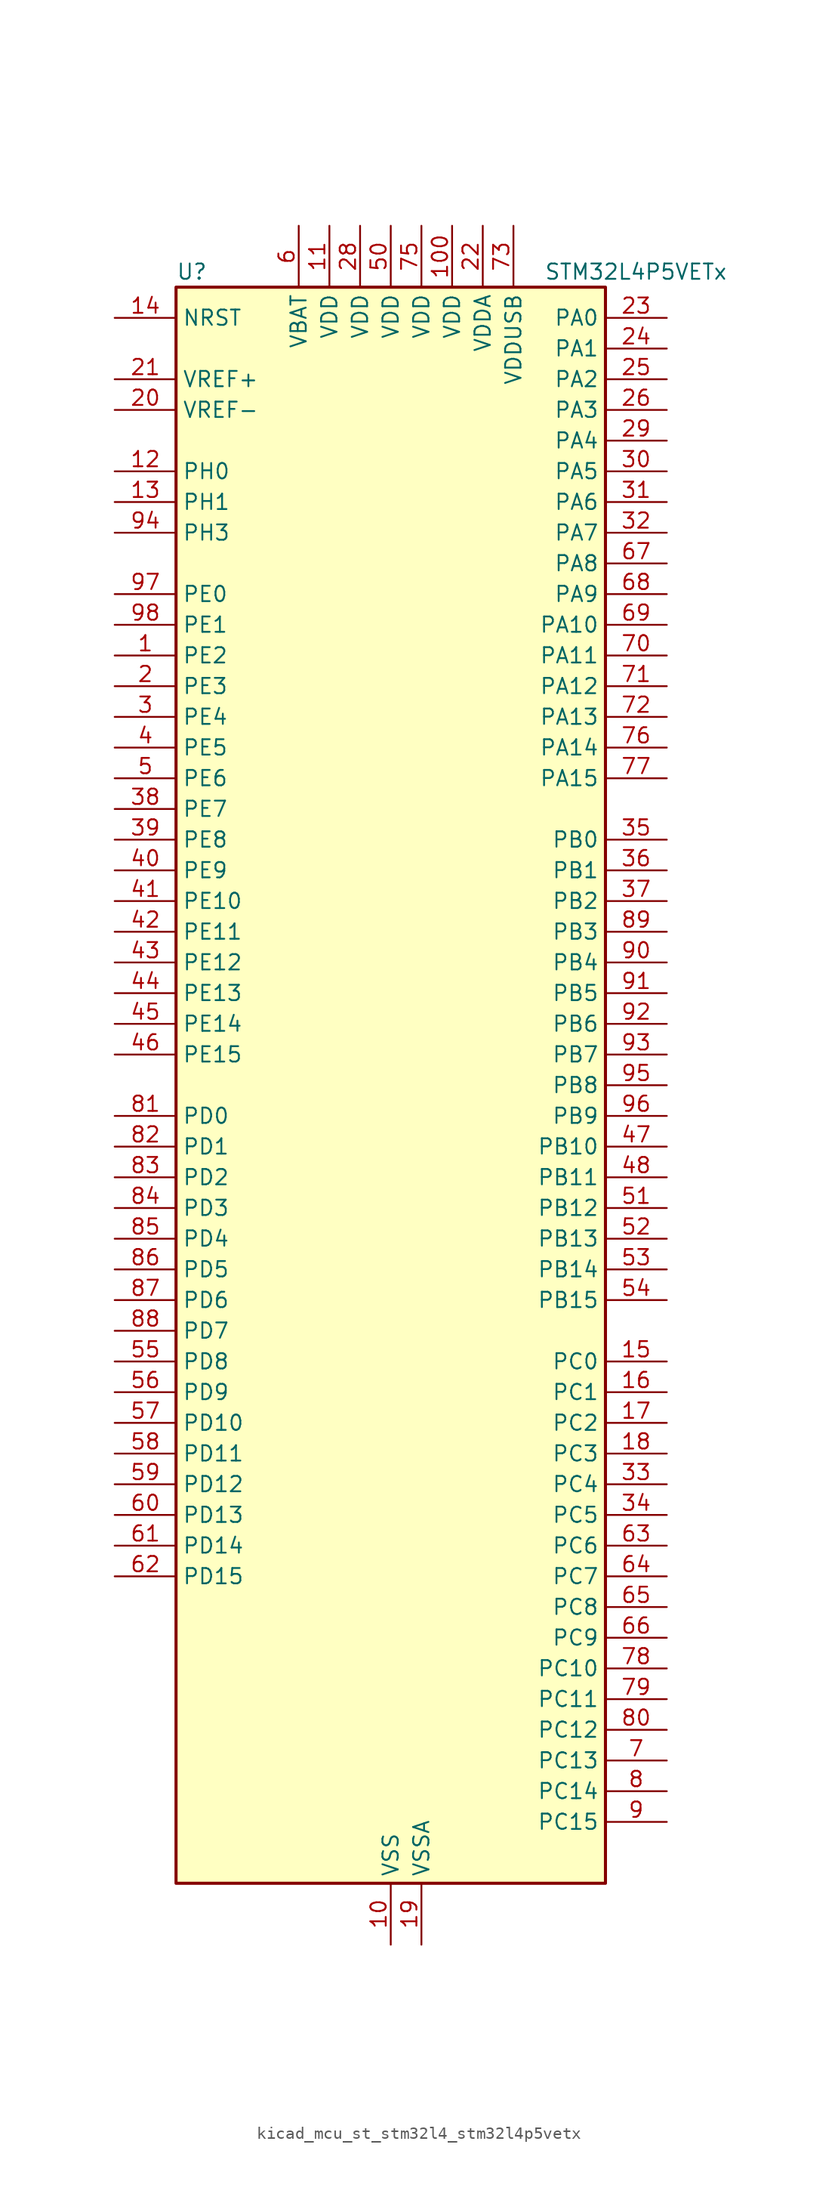
<source format=kicad_sym>
(kicad_symbol_lib
  (version 20220914)
  (generator kicad_symbol_editor)
  (symbol "kicad_mcu_st_stm32l4_stm32l4p5vetx"
    (property "Reference" "U"
      (at -17.78 67.31 0)
      (effects (font (size 1.27 1.27)) (justify left)))
    (property "Value" "STM32L4P5VETx"
      (at 12.7 67.31 0)
      (effects (font (size 1.27 1.27)) (justify left)))
    (property "ki_locked" ""
      (at 0 0 0)
      (effects (font (size 1.27 1.27))))
    (symbol "kicad_mcu_st_stm32l4_stm32l4p5vetx_0_1"
      (rectangle (start -17.78 -66.04) (end 17.78 66.04) (stroke (width 0.254) (type default)) (fill (type background))))
    (symbol "kicad_mcu_st_stm32l4_stm32l4p5vetx_1_1"
      (pin bidirectional line (at -22.86 35.56 0) (length 5.08) (name "PE2" (effects (font (size 1.27 1.27)))) (number "1" (effects (font (size 1.27 1.27)))) (alternate "FMC_A23" bidirectional line) (alternate "LTDC_R7" bidirectional line) (alternate "SAI1_CK1" bidirectional line) (alternate "SAI1_MCLK_A" bidirectional line) (alternate "SYS_TRACECLK" bidirectional line) (alternate "TIM3_ETR" bidirectional line) (alternate "TSC_G7_IO1" bidirectional line))
      (pin power_in line (at 0 -71.12 90) (length 5.08) (name "VSS" (effects (font (size 1.27 1.27)))) (number "10" (effects (font (size 1.27 1.27)))))
      (pin power_in line (at 5.08 71.12 270) (length 5.08) (name "VDD" (effects (font (size 1.27 1.27)))) (number "100" (effects (font (size 1.27 1.27)))))
      (pin power_in line (at -5.08 71.12 270) (length 5.08) (name "VDD" (effects (font (size 1.27 1.27)))) (number "11" (effects (font (size 1.27 1.27)))))
      (pin bidirectional line (at -22.86 50.8 0) (length 5.08) (name "PH0" (effects (font (size 1.27 1.27)))) (number "12" (effects (font (size 1.27 1.27)))) (alternate "RCC_OSC_IN" bidirectional line))
      (pin bidirectional line (at -22.86 48.26 0) (length 5.08) (name "PH1" (effects (font (size 1.27 1.27)))) (number "13" (effects (font (size 1.27 1.27)))) (alternate "RCC_OSC_OUT" bidirectional line))
      (pin input line (at -22.86 63.5 0) (length 5.08) (name "NRST" (effects (font (size 1.27 1.27)))) (number "14" (effects (font (size 1.27 1.27)))))
      (pin bidirectional line (at 22.86 -22.86 180) (length 5.08) (name "PC0" (effects (font (size 1.27 1.27)))) (number "15" (effects (font (size 1.27 1.27)))) (alternate "ADC1_IN1" bidirectional line) (alternate "ADC2_IN1" bidirectional line) (alternate "I2C3_SCL" bidirectional line) (alternate "LPTIM1_IN1" bidirectional line) (alternate "LPTIM2_IN1" bidirectional line) (alternate "LPUART1_RX" bidirectional line) (alternate "LTDC_DE" bidirectional line) (alternate "SAI2_FS_A" bidirectional line) (alternate "SDMMC1_CMD" bidirectional line) (alternate "SDMMC2_CKIN" bidirectional line))
      (pin bidirectional line (at 22.86 -25.4 180) (length 5.08) (name "PC1" (effects (font (size 1.27 1.27)))) (number "16" (effects (font (size 1.27 1.27)))) (alternate "ADC1_IN2" bidirectional line) (alternate "ADC2_IN2" bidirectional line) (alternate "I2C3_SDA" bidirectional line) (alternate "LPTIM1_OUT" bidirectional line) (alternate "LPUART1_TX" bidirectional line) (alternate "OCTOSPIM_P1_IO4" bidirectional line) (alternate "SAI1_SD_A" bidirectional line) (alternate "SPI2_MOSI" bidirectional line) (alternate "SYS_TRACED0" bidirectional line))
      (pin bidirectional line (at 22.86 -27.94 180) (length 5.08) (name "PC2" (effects (font (size 1.27 1.27)))) (number "17" (effects (font (size 1.27 1.27)))) (alternate "ADC1_IN3" bidirectional line) (alternate "ADC2_IN3" bidirectional line) (alternate "DFSDM1_CKOUT" bidirectional line) (alternate "LPTIM1_IN2" bidirectional line) (alternate "LTDC_HSYNC" bidirectional line) (alternate "OCTOSPIM_P1_IO5" bidirectional line) (alternate "SPI2_MISO" bidirectional line))
      (pin bidirectional line (at 22.86 -30.48 180) (length 5.08) (name "PC3" (effects (font (size 1.27 1.27)))) (number "18" (effects (font (size 1.27 1.27)))) (alternate "ADC1_IN4" bidirectional line) (alternate "ADC2_IN4" bidirectional line) (alternate "LPTIM1_ETR" bidirectional line) (alternate "LPTIM2_ETR" bidirectional line) (alternate "OCTOSPIM_P1_IO6" bidirectional line) (alternate "SAI1_D1" bidirectional line) (alternate "SAI1_SD_A" bidirectional line) (alternate "SPI2_MOSI" bidirectional line))
      (pin power_in line (at 2.54 -71.12 90) (length 5.08) (name "VSSA" (effects (font (size 1.27 1.27)))) (number "19" (effects (font (size 1.27 1.27)))))
      (pin bidirectional line (at -22.86 33.02 0) (length 5.08) (name "PE3" (effects (font (size 1.27 1.27)))) (number "2" (effects (font (size 1.27 1.27)))) (alternate "FMC_A19" bidirectional line) (alternate "LTDC_R6" bidirectional line) (alternate "OCTOSPIM_P1_DQS" bidirectional line) (alternate "SAI1_SD_B" bidirectional line) (alternate "SYS_TRACED0" bidirectional line) (alternate "TIM3_CH1" bidirectional line) (alternate "TSC_G7_IO2" bidirectional line))
      (pin input line (at -22.86 55.88 0) (length 5.08) (name "VREF-" (effects (font (size 1.27 1.27)))) (number "20" (effects (font (size 1.27 1.27)))))
      (pin input line (at -22.86 58.42 0) (length 5.08) (name "VREF+" (effects (font (size 1.27 1.27)))) (number "21" (effects (font (size 1.27 1.27)))) (alternate "VREFBUF_OUT" bidirectional line))
      (pin power_in line (at 7.62 71.12 270) (length 5.08) (name "VDDA" (effects (font (size 1.27 1.27)))) (number "22" (effects (font (size 1.27 1.27)))))
      (pin bidirectional line (at 22.86 63.5 180) (length 5.08) (name "PA0" (effects (font (size 1.27 1.27)))) (number "23" (effects (font (size 1.27 1.27)))) (alternate "ADC1_IN5" bidirectional line) (alternate "ADC2_IN5" bidirectional line) (alternate "OPAMP1_VINP" bidirectional line) (alternate "RTC_TAMP2" bidirectional line) (alternate "SAI1_EXTCLK" bidirectional line) (alternate "SYS_WKUP1" bidirectional line) (alternate "TIM2_CH1" bidirectional line) (alternate "TIM2_ETR" bidirectional line) (alternate "TIM5_CH1" bidirectional line) (alternate "TIM8_ETR" bidirectional line) (alternate "UART4_TX" bidirectional line) (alternate "USART2_CTS" bidirectional line) (alternate "USART2_NSS" bidirectional line))
      (pin bidirectional line (at 22.86 60.96 180) (length 5.08) (name "PA1" (effects (font (size 1.27 1.27)))) (number "24" (effects (font (size 1.27 1.27)))) (alternate "ADC1_IN6" bidirectional line) (alternate "ADC2_IN6" bidirectional line) (alternate "I2C1_SMBA" bidirectional line) (alternate "OCTOSPIM_P1_DQS" bidirectional line) (alternate "OPAMP1_VINM" bidirectional line) (alternate "SDMMC2_CMD" bidirectional line) (alternate "SPI1_SCK" bidirectional line) (alternate "TIM15_CH1N" bidirectional line) (alternate "TIM2_CH2" bidirectional line) (alternate "TIM5_CH2" bidirectional line) (alternate "UART4_RX" bidirectional line) (alternate "USART2_DE" bidirectional line) (alternate "USART2_RTS" bidirectional line))
      (pin bidirectional line (at 22.86 58.42 180) (length 5.08) (name "PA2" (effects (font (size 1.27 1.27)))) (number "25" (effects (font (size 1.27 1.27)))) (alternate "ADC1_IN7" bidirectional line) (alternate "ADC2_IN7" bidirectional line) (alternate "LPUART1_TX" bidirectional line) (alternate "OCTOSPIM_P1_NCS" bidirectional line) (alternate "RCC_LSCO" bidirectional line) (alternate "SAI2_EXTCLK" bidirectional line) (alternate "SYS_WKUP4" bidirectional line) (alternate "TIM15_CH1" bidirectional line) (alternate "TIM2_CH3" bidirectional line) (alternate "TIM5_CH3" bidirectional line) (alternate "USART2_TX" bidirectional line))
      (pin bidirectional line (at 22.86 55.88 180) (length 5.08) (name "PA3" (effects (font (size 1.27 1.27)))) (number "26" (effects (font (size 1.27 1.27)))) (alternate "ADC1_IN8" bidirectional line) (alternate "ADC2_IN8" bidirectional line) (alternate "LPUART1_RX" bidirectional line) (alternate "OCTOSPIM_P1_CLK" bidirectional line) (alternate "OPAMP1_VOUT" bidirectional line) (alternate "SAI1_CK1" bidirectional line) (alternate "SAI1_MCLK_A" bidirectional line) (alternate "TIM15_CH2" bidirectional line) (alternate "TIM2_CH4" bidirectional line) (alternate "TIM5_CH4" bidirectional line) (alternate "USART2_RX" bidirectional line))
      (pin passive line (at 0 -71.12 90) (length 5.08) hide (name "VSS" (effects (font (size 1.27 1.27)))) (number "27" (effects (font (size 1.27 1.27)))))
      (pin power_in line (at -2.54 71.12 270) (length 5.08) (name "VDD" (effects (font (size 1.27 1.27)))) (number "28" (effects (font (size 1.27 1.27)))))
      (pin bidirectional line (at 22.86 53.34 180) (length 5.08) (name "PA4" (effects (font (size 1.27 1.27)))) (number "29" (effects (font (size 1.27 1.27)))) (alternate "ADC1_IN9" bidirectional line) (alternate "ADC2_IN9" bidirectional line) (alternate "DAC1_OUT1" bidirectional line) (alternate "DCMI_HSYNC" bidirectional line) (alternate "LPTIM2_OUT" bidirectional line) (alternate "LTDC_CLK" bidirectional line) (alternate "OCTOSPIM_P1_NCS" bidirectional line) (alternate "PSSI_DE" bidirectional line) (alternate "SAI1_FS_B" bidirectional line) (alternate "SPI1_NSS" bidirectional line) (alternate "SPI3_NSS" bidirectional line) (alternate "USART2_CK" bidirectional line))
      (pin bidirectional line (at -22.86 30.48 0) (length 5.08) (name "PE4" (effects (font (size 1.27 1.27)))) (number "3" (effects (font (size 1.27 1.27)))) (alternate "DCMI_D4" bidirectional line) (alternate "DFSDM1_DATIN3" bidirectional line) (alternate "FMC_A20" bidirectional line) (alternate "LTDC_B7" bidirectional line) (alternate "PSSI_D4" bidirectional line) (alternate "SAI1_D2" bidirectional line) (alternate "SAI1_FS_A" bidirectional line) (alternate "SYS_TRACED1" bidirectional line) (alternate "TIM3_CH2" bidirectional line) (alternate "TSC_G7_IO3" bidirectional line))
      (pin bidirectional line (at 22.86 50.8 180) (length 5.08) (name "PA5" (effects (font (size 1.27 1.27)))) (number "30" (effects (font (size 1.27 1.27)))) (alternate "ADC1_IN10" bidirectional line) (alternate "ADC2_IN10" bidirectional line) (alternate "DAC1_OUT2" bidirectional line) (alternate "LPTIM2_ETR" bidirectional line) (alternate "LTDC_R7" bidirectional line) (alternate "PSSI_D14" bidirectional line) (alternate "SPI1_SCK" bidirectional line) (alternate "TIM2_CH1" bidirectional line) (alternate "TIM2_ETR" bidirectional line) (alternate "TIM8_CH1N" bidirectional line))
      (pin bidirectional line (at 22.86 48.26 180) (length 5.08) (name "PA6" (effects (font (size 1.27 1.27)))) (number "31" (effects (font (size 1.27 1.27)))) (alternate "ADC1_IN11" bidirectional line) (alternate "ADC2_IN11" bidirectional line) (alternate "DCMI_PIXCLK" bidirectional line) (alternate "LPUART1_CTS" bidirectional line) (alternate "OCTOSPIM_P1_IO3" bidirectional line) (alternate "OPAMP2_VINP" bidirectional line) (alternate "PSSI_PDCK" bidirectional line) (alternate "SPI1_MISO" bidirectional line) (alternate "TIM16_CH1" bidirectional line) (alternate "TIM1_BKIN" bidirectional line) (alternate "TIM3_CH1" bidirectional line) (alternate "TIM8_BKIN" bidirectional line) (alternate "USART3_CTS" bidirectional line) (alternate "USART3_NSS" bidirectional line))
      (pin bidirectional line (at 22.86 45.72 180) (length 5.08) (name "PA7" (effects (font (size 1.27 1.27)))) (number "32" (effects (font (size 1.27 1.27)))) (alternate "ADC1_IN12" bidirectional line) (alternate "ADC2_IN12" bidirectional line) (alternate "I2C3_SCL" bidirectional line) (alternate "OCTOSPIM_P1_IO2" bidirectional line) (alternate "OPAMP2_VINM" bidirectional line) (alternate "SPI1_MOSI" bidirectional line) (alternate "TIM17_CH1" bidirectional line) (alternate "TIM1_CH1N" bidirectional line) (alternate "TIM3_CH2" bidirectional line) (alternate "TIM8_CH1N" bidirectional line))
      (pin bidirectional line (at 22.86 -33.02 180) (length 5.08) (name "PC4" (effects (font (size 1.27 1.27)))) (number "33" (effects (font (size 1.27 1.27)))) (alternate "ADC1_IN13" bidirectional line) (alternate "ADC2_IN13" bidirectional line) (alternate "COMP1_INM" bidirectional line) (alternate "OCTOSPIM_P1_IO7" bidirectional line) (alternate "OCTOSPIM_P2_NCS" bidirectional line) (alternate "USART3_TX" bidirectional line))
      (pin bidirectional line (at 22.86 -35.56 180) (length 5.08) (name "PC5" (effects (font (size 1.27 1.27)))) (number "34" (effects (font (size 1.27 1.27)))) (alternate "ADC1_IN14" bidirectional line) (alternate "ADC2_IN14" bidirectional line) (alternate "COMP1_INP" bidirectional line) (alternate "LTDC_CLK" bidirectional line) (alternate "PSSI_D15" bidirectional line) (alternate "SAI1_D3" bidirectional line) (alternate "SYS_WKUP5" bidirectional line) (alternate "USART3_RX" bidirectional line))
      (pin bidirectional line (at 22.86 20.32 180) (length 5.08) (name "PB0" (effects (font (size 1.27 1.27)))) (number "35" (effects (font (size 1.27 1.27)))) (alternate "ADC1_IN15" bidirectional line) (alternate "ADC2_IN15" bidirectional line) (alternate "COMP1_OUT" bidirectional line) (alternate "LTDC_B6" bidirectional line) (alternate "OCTOSPIM_P1_IO1" bidirectional line) (alternate "OPAMP2_VOUT" bidirectional line) (alternate "SAI1_EXTCLK" bidirectional line) (alternate "SPI1_NSS" bidirectional line) (alternate "TIM1_CH2N" bidirectional line) (alternate "TIM3_CH3" bidirectional line) (alternate "TIM8_CH2N" bidirectional line) (alternate "USART3_CK" bidirectional line))
      (pin bidirectional line (at 22.86 17.78 180) (length 5.08) (name "PB1" (effects (font (size 1.27 1.27)))) (number "36" (effects (font (size 1.27 1.27)))) (alternate "ADC1_IN16" bidirectional line) (alternate "ADC2_IN16" bidirectional line) (alternate "COMP1_INM" bidirectional line) (alternate "DFSDM1_DATIN0" bidirectional line) (alternate "LPTIM2_IN1" bidirectional line) (alternate "LPUART1_DE" bidirectional line) (alternate "LPUART1_RTS" bidirectional line) (alternate "LTDC_G6" bidirectional line) (alternate "OCTOSPIM_P1_IO0" bidirectional line) (alternate "TIM1_CH3N" bidirectional line) (alternate "TIM3_CH4" bidirectional line) (alternate "TIM8_CH3N" bidirectional line) (alternate "USART3_DE" bidirectional line) (alternate "USART3_RTS" bidirectional line))
      (pin bidirectional line (at 22.86 15.24 180) (length 5.08) (name "PB2" (effects (font (size 1.27 1.27)))) (number "37" (effects (font (size 1.27 1.27)))) (alternate "COMP1_INP" bidirectional line) (alternate "DFSDM1_CKIN0" bidirectional line) (alternate "I2C3_SMBA" bidirectional line) (alternate "LPTIM1_OUT" bidirectional line) (alternate "OCTOSPIM_P1_DQS" bidirectional line) (alternate "RTC_OUT2" bidirectional line))
      (pin bidirectional line (at -22.86 22.86 0) (length 5.08) (name "PE7" (effects (font (size 1.27 1.27)))) (number "38" (effects (font (size 1.27 1.27)))) (alternate "DFSDM1_DATIN2" bidirectional line) (alternate "FMC_D4" bidirectional line) (alternate "FMC_DA4" bidirectional line) (alternate "LTDC_B6" bidirectional line) (alternate "SAI1_SD_B" bidirectional line) (alternate "TIM1_ETR" bidirectional line))
      (pin bidirectional line (at -22.86 20.32 0) (length 5.08) (name "PE8" (effects (font (size 1.27 1.27)))) (number "39" (effects (font (size 1.27 1.27)))) (alternate "DFSDM1_CKIN2" bidirectional line) (alternate "FMC_D5" bidirectional line) (alternate "FMC_DA5" bidirectional line) (alternate "LTDC_B7" bidirectional line) (alternate "SAI1_SCK_B" bidirectional line) (alternate "TIM1_CH1N" bidirectional line))
      (pin bidirectional line (at -22.86 27.94 0) (length 5.08) (name "PE5" (effects (font (size 1.27 1.27)))) (number "4" (effects (font (size 1.27 1.27)))) (alternate "DCMI_D6" bidirectional line) (alternate "DFSDM1_CKIN3" bidirectional line) (alternate "FMC_A21" bidirectional line) (alternate "LTDC_G7" bidirectional line) (alternate "PSSI_D6" bidirectional line) (alternate "SAI1_CK2" bidirectional line) (alternate "SAI1_SCK_A" bidirectional line) (alternate "SYS_TRACED2" bidirectional line) (alternate "TIM3_CH3" bidirectional line) (alternate "TSC_G7_IO4" bidirectional line))
      (pin bidirectional line (at -22.86 17.78 0) (length 5.08) (name "PE9" (effects (font (size 1.27 1.27)))) (number "40" (effects (font (size 1.27 1.27)))) (alternate "DAC1_EXTI9" bidirectional line) (alternate "DFSDM1_CKOUT" bidirectional line) (alternate "FMC_D6" bidirectional line) (alternate "FMC_DA6" bidirectional line) (alternate "LTDC_G2" bidirectional line) (alternate "OCTOSPIM_P1_NCLK" bidirectional line) (alternate "SAI1_FS_B" bidirectional line) (alternate "TIM1_CH1" bidirectional line))
      (pin bidirectional line (at -22.86 15.24 0) (length 5.08) (name "PE10" (effects (font (size 1.27 1.27)))) (number "41" (effects (font (size 1.27 1.27)))) (alternate "FMC_D7" bidirectional line) (alternate "FMC_DA7" bidirectional line) (alternate "LTDC_G3" bidirectional line) (alternate "OCTOSPIM_P1_CLK" bidirectional line) (alternate "SAI1_MCLK_B" bidirectional line) (alternate "TIM1_CH2N" bidirectional line) (alternate "TSC_G5_IO1" bidirectional line))
      (pin bidirectional line (at -22.86 12.7 0) (length 5.08) (name "PE11" (effects (font (size 1.27 1.27)))) (number "42" (effects (font (size 1.27 1.27)))) (alternate "ADC1_EXTI11" bidirectional line) (alternate "ADC2_EXTI11" bidirectional line) (alternate "FMC_D8" bidirectional line) (alternate "FMC_DA8" bidirectional line) (alternate "LTDC_G4" bidirectional line) (alternate "OCTOSPIM_P1_NCS" bidirectional line) (alternate "TIM1_CH2" bidirectional line) (alternate "TSC_G5_IO2" bidirectional line))
      (pin bidirectional line (at -22.86 10.16 0) (length 5.08) (name "PE12" (effects (font (size 1.27 1.27)))) (number "43" (effects (font (size 1.27 1.27)))) (alternate "FMC_D9" bidirectional line) (alternate "FMC_DA9" bidirectional line) (alternate "LTDC_G5" bidirectional line) (alternate "OCTOSPIM_P1_IO0" bidirectional line) (alternate "SPI1_NSS" bidirectional line) (alternate "TIM1_CH3N" bidirectional line) (alternate "TSC_G5_IO3" bidirectional line))
      (pin bidirectional line (at -22.86 7.62 0) (length 5.08) (name "PE13" (effects (font (size 1.27 1.27)))) (number "44" (effects (font (size 1.27 1.27)))) (alternate "FMC_D10" bidirectional line) (alternate "FMC_DA10" bidirectional line) (alternate "LTDC_G6" bidirectional line) (alternate "OCTOSPIM_P1_IO1" bidirectional line) (alternate "SPI1_SCK" bidirectional line) (alternate "TIM1_CH3" bidirectional line) (alternate "TSC_G5_IO4" bidirectional line))
      (pin bidirectional line (at -22.86 5.08 0) (length 5.08) (name "PE14" (effects (font (size 1.27 1.27)))) (number "45" (effects (font (size 1.27 1.27)))) (alternate "FMC_D11" bidirectional line) (alternate "FMC_DA11" bidirectional line) (alternate "LTDC_G7" bidirectional line) (alternate "OCTOSPIM_P1_IO2" bidirectional line) (alternate "SPI1_MISO" bidirectional line) (alternate "TIM1_BKIN2" bidirectional line) (alternate "TIM1_CH4" bidirectional line))
      (pin bidirectional line (at -22.86 2.54 0) (length 5.08) (name "PE15" (effects (font (size 1.27 1.27)))) (number "46" (effects (font (size 1.27 1.27)))) (alternate "ADC1_EXTI15" bidirectional line) (alternate "ADC2_EXTI15" bidirectional line) (alternate "FMC_D12" bidirectional line) (alternate "FMC_DA12" bidirectional line) (alternate "LTDC_R2" bidirectional line) (alternate "OCTOSPIM_P1_IO3" bidirectional line) (alternate "SPI1_MOSI" bidirectional line) (alternate "TIM1_BKIN" bidirectional line))
      (pin bidirectional line (at 22.86 -5.08 180) (length 5.08) (name "PB10" (effects (font (size 1.27 1.27)))) (number "47" (effects (font (size 1.27 1.27)))) (alternate "COMP1_OUT" bidirectional line) (alternate "I2C2_SCL" bidirectional line) (alternate "I2C4_SCL" bidirectional line) (alternate "LPUART1_RX" bidirectional line) (alternate "OCTOSPIM_P1_CLK" bidirectional line) (alternate "OCTOSPIM_P1_IO3" bidirectional line) (alternate "SAI1_SCK_A" bidirectional line) (alternate "SPI2_SCK" bidirectional line) (alternate "TIM2_CH3" bidirectional line) (alternate "TSC_SYNC" bidirectional line) (alternate "USART3_TX" bidirectional line))
      (pin bidirectional line (at 22.86 -7.62 180) (length 5.08) (name "PB11" (effects (font (size 1.27 1.27)))) (number "48" (effects (font (size 1.27 1.27)))) (alternate "ADC1_EXTI11" bidirectional line) (alternate "ADC2_EXTI11" bidirectional line) (alternate "COMP2_OUT" bidirectional line) (alternate "I2C2_SDA" bidirectional line) (alternate "I2C4_SDA" bidirectional line) (alternate "LPUART1_TX" bidirectional line) (alternate "LTDC_VSYNC" bidirectional line) (alternate "OCTOSPIM_P1_NCS" bidirectional line) (alternate "TIM2_CH4" bidirectional line) (alternate "USART3_RX" bidirectional line))
      (pin passive line (at 0 -71.12 90) (length 5.08) hide (name "VSS" (effects (font (size 1.27 1.27)))) (number "49" (effects (font (size 1.27 1.27)))))
      (pin bidirectional line (at -22.86 25.4 0) (length 5.08) (name "PE6" (effects (font (size 1.27 1.27)))) (number "5" (effects (font (size 1.27 1.27)))) (alternate "DCMI_D7" bidirectional line) (alternate "FMC_A22" bidirectional line) (alternate "LTDC_G6" bidirectional line) (alternate "PSSI_D7" bidirectional line) (alternate "RTC_TAMP3" bidirectional line) (alternate "SAI1_D1" bidirectional line) (alternate "SAI1_SD_A" bidirectional line) (alternate "SYS_TRACED3" bidirectional line) (alternate "SYS_WKUP3" bidirectional line) (alternate "TIM3_CH4" bidirectional line))
      (pin power_in line (at 0 71.12 270) (length 5.08) (name "VDD" (effects (font (size 1.27 1.27)))) (number "50" (effects (font (size 1.27 1.27)))))
      (pin bidirectional line (at 22.86 -10.16 180) (length 5.08) (name "PB12" (effects (font (size 1.27 1.27)))) (number "51" (effects (font (size 1.27 1.27)))) (alternate "DFSDM1_DATIN1" bidirectional line) (alternate "I2C2_SMBA" bidirectional line) (alternate "LPUART1_DE" bidirectional line) (alternate "LPUART1_RTS" bidirectional line) (alternate "OCTOSPIM_P1_NCLK" bidirectional line) (alternate "SAI2_FS_A" bidirectional line) (alternate "SDMMC2_CK" bidirectional line) (alternate "SPI2_NSS" bidirectional line) (alternate "TIM15_BKIN" bidirectional line) (alternate "TIM1_BKIN" bidirectional line) (alternate "TSC_G1_IO1" bidirectional line) (alternate "USART3_CK" bidirectional line))
      (pin bidirectional line (at 22.86 -12.7 180) (length 5.08) (name "PB13" (effects (font (size 1.27 1.27)))) (number "52" (effects (font (size 1.27 1.27)))) (alternate "DFSDM1_CKIN1" bidirectional line) (alternate "I2C2_SCL" bidirectional line) (alternate "LPUART1_CTS" bidirectional line) (alternate "OCTOSPIM_P1_IO1" bidirectional line) (alternate "SAI2_SCK_A" bidirectional line) (alternate "SPI2_SCK" bidirectional line) (alternate "TIM15_CH1N" bidirectional line) (alternate "TIM1_CH1N" bidirectional line) (alternate "TSC_G1_IO2" bidirectional line) (alternate "USART3_CTS" bidirectional line) (alternate "USART3_NSS" bidirectional line))
      (pin bidirectional line (at 22.86 -15.24 180) (length 5.08) (name "PB14" (effects (font (size 1.27 1.27)))) (number "53" (effects (font (size 1.27 1.27)))) (alternate "DFSDM1_DATIN2" bidirectional line) (alternate "I2C2_SDA" bidirectional line) (alternate "OCTOSPIM_P1_IO6" bidirectional line) (alternate "SAI2_MCLK_A" bidirectional line) (alternate "SDMMC2_D0" bidirectional line) (alternate "SPI2_MISO" bidirectional line) (alternate "TIM15_CH1" bidirectional line) (alternate "TIM1_CH2N" bidirectional line) (alternate "TIM8_CH2N" bidirectional line) (alternate "TSC_G1_IO3" bidirectional line) (alternate "USART3_DE" bidirectional line) (alternate "USART3_RTS" bidirectional line))
      (pin bidirectional line (at 22.86 -17.78 180) (length 5.08) (name "PB15" (effects (font (size 1.27 1.27)))) (number "54" (effects (font (size 1.27 1.27)))) (alternate "ADC1_EXTI15" bidirectional line) (alternate "ADC2_EXTI15" bidirectional line) (alternate "DFSDM1_CKIN2" bidirectional line) (alternate "OCTOSPIM_P1_IO7" bidirectional line) (alternate "RTC_REFIN" bidirectional line) (alternate "SAI2_SD_A" bidirectional line) (alternate "SDMMC2_D1" bidirectional line) (alternate "SPI2_MOSI" bidirectional line) (alternate "TIM15_CH2" bidirectional line) (alternate "TIM1_CH3N" bidirectional line) (alternate "TIM8_CH3N" bidirectional line) (alternate "TSC_G1_IO4" bidirectional line))
      (pin bidirectional line (at -22.86 -22.86 0) (length 5.08) (name "PD8" (effects (font (size 1.27 1.27)))) (number "55" (effects (font (size 1.27 1.27)))) (alternate "DCMI_HSYNC" bidirectional line) (alternate "FMC_D13" bidirectional line) (alternate "FMC_DA13" bidirectional line) (alternate "LTDC_R3" bidirectional line) (alternate "PSSI_DE" bidirectional line) (alternate "USART3_TX" bidirectional line))
      (pin bidirectional line (at -22.86 -25.4 0) (length 5.08) (name "PD9" (effects (font (size 1.27 1.27)))) (number "56" (effects (font (size 1.27 1.27)))) (alternate "DAC1_EXTI9" bidirectional line) (alternate "DCMI_PIXCLK" bidirectional line) (alternate "FMC_D14" bidirectional line) (alternate "FMC_DA14" bidirectional line) (alternate "LTDC_R4" bidirectional line) (alternate "PSSI_PDCK" bidirectional line) (alternate "SAI2_MCLK_A" bidirectional line) (alternate "USART3_RX" bidirectional line))
      (pin bidirectional line (at -22.86 -27.94 0) (length 5.08) (name "PD10" (effects (font (size 1.27 1.27)))) (number "57" (effects (font (size 1.27 1.27)))) (alternate "FMC_D15" bidirectional line) (alternate "FMC_DA15" bidirectional line) (alternate "LTDC_R5" bidirectional line) (alternate "SAI2_SCK_A" bidirectional line) (alternate "TSC_G6_IO1" bidirectional line) (alternate "USART3_CK" bidirectional line))
      (pin bidirectional line (at -22.86 -30.48 0) (length 5.08) (name "PD11" (effects (font (size 1.27 1.27)))) (number "58" (effects (font (size 1.27 1.27)))) (alternate "ADC1_EXTI11" bidirectional line) (alternate "ADC2_EXTI11" bidirectional line) (alternate "FMC_A16" bidirectional line) (alternate "FMC_CLE" bidirectional line) (alternate "I2C4_SMBA" bidirectional line) (alternate "LPTIM2_ETR" bidirectional line) (alternate "LTDC_R6" bidirectional line) (alternate "SAI2_SD_A" bidirectional line) (alternate "TSC_G6_IO2" bidirectional line) (alternate "USART3_CTS" bidirectional line) (alternate "USART3_NSS" bidirectional line))
      (pin bidirectional line (at -22.86 -33.02 0) (length 5.08) (name "PD12" (effects (font (size 1.27 1.27)))) (number "59" (effects (font (size 1.27 1.27)))) (alternate "FMC_A17" bidirectional line) (alternate "FMC_ALE" bidirectional line) (alternate "I2C4_SCL" bidirectional line) (alternate "LPTIM2_IN1" bidirectional line) (alternate "LTDC_R7" bidirectional line) (alternate "SAI2_FS_A" bidirectional line) (alternate "TIM4_CH1" bidirectional line) (alternate "TSC_G6_IO3" bidirectional line) (alternate "USART3_DE" bidirectional line) (alternate "USART3_RTS" bidirectional line))
      (pin power_in line (at -7.62 71.12 270) (length 5.08) (name "VBAT" (effects (font (size 1.27 1.27)))) (number "6" (effects (font (size 1.27 1.27)))))
      (pin bidirectional line (at -22.86 -35.56 0) (length 5.08) (name "PD13" (effects (font (size 1.27 1.27)))) (number "60" (effects (font (size 1.27 1.27)))) (alternate "FMC_A18" bidirectional line) (alternate "I2C4_SDA" bidirectional line) (alternate "LPTIM2_OUT" bidirectional line) (alternate "TIM4_CH2" bidirectional line) (alternate "TSC_G6_IO4" bidirectional line))
      (pin bidirectional line (at -22.86 -38.1 0) (length 5.08) (name "PD14" (effects (font (size 1.27 1.27)))) (number "61" (effects (font (size 1.27 1.27)))) (alternate "FMC_D0" bidirectional line) (alternate "FMC_DA0" bidirectional line) (alternate "LTDC_B2" bidirectional line) (alternate "TIM4_CH3" bidirectional line))
      (pin bidirectional line (at -22.86 -40.64 0) (length 5.08) (name "PD15" (effects (font (size 1.27 1.27)))) (number "62" (effects (font (size 1.27 1.27)))) (alternate "ADC1_EXTI15" bidirectional line) (alternate "ADC2_EXTI15" bidirectional line) (alternate "FMC_D1" bidirectional line) (alternate "FMC_DA1" bidirectional line) (alternate "LTDC_B3" bidirectional line) (alternate "TIM4_CH4" bidirectional line))
      (pin bidirectional line (at 22.86 -38.1 180) (length 5.08) (name "PC6" (effects (font (size 1.27 1.27)))) (number "63" (effects (font (size 1.27 1.27)))) (alternate "DCMI_D0" bidirectional line) (alternate "DFSDM1_CKIN3" bidirectional line) (alternate "LTDC_G7" bidirectional line) (alternate "PSSI_D0" bidirectional line) (alternate "SAI2_MCLK_A" bidirectional line) (alternate "SDMMC1_D0DIR" bidirectional line) (alternate "SDMMC1_D6" bidirectional line) (alternate "SDMMC2_D6" bidirectional line) (alternate "TIM3_CH1" bidirectional line) (alternate "TIM8_CH1" bidirectional line) (alternate "TSC_G4_IO1" bidirectional line))
      (pin bidirectional line (at 22.86 -40.64 180) (length 5.08) (name "PC7" (effects (font (size 1.27 1.27)))) (number "64" (effects (font (size 1.27 1.27)))) (alternate "DCMI_D1" bidirectional line) (alternate "DFSDM1_DATIN3" bidirectional line) (alternate "LTDC_B6" bidirectional line) (alternate "PSSI_D1" bidirectional line) (alternate "SAI2_MCLK_B" bidirectional line) (alternate "SDMMC1_D123DIR" bidirectional line) (alternate "SDMMC1_D7" bidirectional line) (alternate "SDMMC2_D7" bidirectional line) (alternate "TIM3_CH2" bidirectional line) (alternate "TIM8_CH2" bidirectional line) (alternate "TSC_G4_IO2" bidirectional line))
      (pin bidirectional line (at 22.86 -43.18 180) (length 5.08) (name "PC8" (effects (font (size 1.27 1.27)))) (number "65" (effects (font (size 1.27 1.27)))) (alternate "DCMI_D2" bidirectional line) (alternate "PSSI_D2" bidirectional line) (alternate "SDMMC1_D0" bidirectional line) (alternate "TIM3_CH3" bidirectional line) (alternate "TIM8_CH3" bidirectional line) (alternate "TSC_G4_IO3" bidirectional line))
      (pin bidirectional line (at 22.86 -45.72 180) (length 5.08) (name "PC9" (effects (font (size 1.27 1.27)))) (number "66" (effects (font (size 1.27 1.27)))) (alternate "DAC1_EXTI9" bidirectional line) (alternate "DCMI_D3" bidirectional line) (alternate "I2C3_SDA" bidirectional line) (alternate "PSSI_D3" bidirectional line) (alternate "SAI2_EXTCLK" bidirectional line) (alternate "SDMMC1_D1" bidirectional line) (alternate "SYS_TRACED0" bidirectional line) (alternate "TIM3_CH4" bidirectional line) (alternate "TIM8_BKIN2" bidirectional line) (alternate "TIM8_CH4" bidirectional line) (alternate "TSC_G4_IO4" bidirectional line) (alternate "USB_OTG_FS_NOE" bidirectional line))
      (pin bidirectional line (at 22.86 43.18 180) (length 5.08) (name "PA8" (effects (font (size 1.27 1.27)))) (number "67" (effects (font (size 1.27 1.27)))) (alternate "LPTIM2_OUT" bidirectional line) (alternate "LTDC_B7" bidirectional line) (alternate "RCC_MCO" bidirectional line) (alternate "SAI1_CK2" bidirectional line) (alternate "SAI1_SCK_A" bidirectional line) (alternate "TIM1_CH1" bidirectional line) (alternate "USART1_CK" bidirectional line) (alternate "USB_OTG_FS_SOF" bidirectional line))
      (pin bidirectional line (at 22.86 40.64 180) (length 5.08) (name "PA9" (effects (font (size 1.27 1.27)))) (number "68" (effects (font (size 1.27 1.27)))) (alternate "DAC1_EXTI9" bidirectional line) (alternate "DCMI_D0" bidirectional line) (alternate "LTDC_G7" bidirectional line) (alternate "PSSI_D0" bidirectional line) (alternate "SAI1_FS_A" bidirectional line) (alternate "SPI2_SCK" bidirectional line) (alternate "TIM15_BKIN" bidirectional line) (alternate "TIM1_CH2" bidirectional line) (alternate "USART1_TX" bidirectional line) (alternate "USB_OTG_FS_VBUS" bidirectional line))
      (pin bidirectional line (at 22.86 38.1 180) (length 5.08) (name "PA10" (effects (font (size 1.27 1.27)))) (number "69" (effects (font (size 1.27 1.27)))) (alternate "DCMI_D1" bidirectional line) (alternate "LTDC_G6" bidirectional line) (alternate "PSSI_D1" bidirectional line) (alternate "SAI1_D1" bidirectional line) (alternate "SAI1_SD_A" bidirectional line) (alternate "TIM17_BKIN" bidirectional line) (alternate "TIM1_CH3" bidirectional line) (alternate "USART1_RX" bidirectional line) (alternate "USB_OTG_FS_ID" bidirectional line))
      (pin bidirectional line (at 22.86 -55.88 180) (length 5.08) (name "PC13" (effects (font (size 1.27 1.27)))) (number "7" (effects (font (size 1.27 1.27)))) (alternate "RTC_OUT1" bidirectional line) (alternate "RTC_TAMP1" bidirectional line) (alternate "RTC_TS" bidirectional line) (alternate "SYS_WKUP2" bidirectional line))
      (pin bidirectional line (at 22.86 35.56 180) (length 5.08) (name "PA11" (effects (font (size 1.27 1.27)))) (number "70" (effects (font (size 1.27 1.27)))) (alternate "ADC1_EXTI11" bidirectional line) (alternate "ADC2_EXTI11" bidirectional line) (alternate "CAN1_RX" bidirectional line) (alternate "LTDC_DE" bidirectional line) (alternate "SPI1_MISO" bidirectional line) (alternate "TIM1_BKIN2" bidirectional line) (alternate "TIM1_CH4" bidirectional line) (alternate "USART1_CTS" bidirectional line) (alternate "USART1_NSS" bidirectional line) (alternate "USB_OTG_FS_DM" bidirectional line))
      (pin bidirectional line (at 22.86 33.02 180) (length 5.08) (name "PA12" (effects (font (size 1.27 1.27)))) (number "71" (effects (font (size 1.27 1.27)))) (alternate "CAN1_TX" bidirectional line) (alternate "LTDC_VSYNC" bidirectional line) (alternate "OCTOSPIM_P2_NCS" bidirectional line) (alternate "SPI1_MOSI" bidirectional line) (alternate "TIM1_ETR" bidirectional line) (alternate "USART1_DE" bidirectional line) (alternate "USART1_RTS" bidirectional line) (alternate "USB_OTG_FS_DP" bidirectional line))
      (pin bidirectional line (at 22.86 30.48 180) (length 5.08) (name "PA13" (effects (font (size 1.27 1.27)))) (number "72" (effects (font (size 1.27 1.27)))) (alternate "IR_OUT" bidirectional line) (alternate "SAI1_SD_B" bidirectional line) (alternate "SYS_JTMS-SWDIO" bidirectional line) (alternate "USB_OTG_FS_NOE" bidirectional line))
      (pin power_in line (at 10.16 71.12 270) (length 5.08) (name "VDDUSB" (effects (font (size 1.27 1.27)))) (number "73" (effects (font (size 1.27 1.27)))))
      (pin passive line (at 0 -71.12 90) (length 5.08) hide (name "VSS" (effects (font (size 1.27 1.27)))) (number "74" (effects (font (size 1.27 1.27)))))
      (pin power_in line (at 2.54 71.12 270) (length 5.08) (name "VDD" (effects (font (size 1.27 1.27)))) (number "75" (effects (font (size 1.27 1.27)))))
      (pin bidirectional line (at 22.86 27.94 180) (length 5.08) (name "PA14" (effects (font (size 1.27 1.27)))) (number "76" (effects (font (size 1.27 1.27)))) (alternate "I2C1_SMBA" bidirectional line) (alternate "I2C4_SMBA" bidirectional line) (alternate "LPTIM1_OUT" bidirectional line) (alternate "SAI1_FS_B" bidirectional line) (alternate "SYS_JTCK-SWCLK" bidirectional line) (alternate "USB_OTG_FS_SOF" bidirectional line))
      (pin bidirectional line (at 22.86 25.4 180) (length 5.08) (name "PA15" (effects (font (size 1.27 1.27)))) (number "77" (effects (font (size 1.27 1.27)))) (alternate "ADC1_EXTI15" bidirectional line) (alternate "ADC2_EXTI15" bidirectional line) (alternate "LTDC_HSYNC" bidirectional line) (alternate "SAI2_FS_B" bidirectional line) (alternate "SPI1_NSS" bidirectional line) (alternate "SPI3_NSS" bidirectional line) (alternate "SYS_JTDI" bidirectional line) (alternate "TIM2_CH1" bidirectional line) (alternate "TIM2_ETR" bidirectional line) (alternate "TSC_G3_IO1" bidirectional line) (alternate "UART4_DE" bidirectional line) (alternate "UART4_RTS" bidirectional line) (alternate "USART2_RX" bidirectional line) (alternate "USART3_DE" bidirectional line) (alternate "USART3_RTS" bidirectional line))
      (pin bidirectional line (at 22.86 -48.26 180) (length 5.08) (name "PC10" (effects (font (size 1.27 1.27)))) (number "78" (effects (font (size 1.27 1.27)))) (alternate "DCMI_D8" bidirectional line) (alternate "DCMI_VSYNC" bidirectional line) (alternate "PSSI_D8" bidirectional line) (alternate "PSSI_RDY" bidirectional line) (alternate "SAI2_SCK_B" bidirectional line) (alternate "SDMMC1_D2" bidirectional line) (alternate "SPI3_SCK" bidirectional line) (alternate "SYS_TRACED1" bidirectional line) (alternate "TSC_G3_IO2" bidirectional line) (alternate "UART4_TX" bidirectional line) (alternate "USART3_TX" bidirectional line))
      (pin bidirectional line (at 22.86 -50.8 180) (length 5.08) (name "PC11" (effects (font (size 1.27 1.27)))) (number "79" (effects (font (size 1.27 1.27)))) (alternate "ADC1_EXTI11" bidirectional line) (alternate "ADC2_EXTI11" bidirectional line) (alternate "DCMI_D2" bidirectional line) (alternate "DCMI_D4" bidirectional line) (alternate "OCTOSPIM_P1_NCS" bidirectional line) (alternate "PSSI_D2" bidirectional line) (alternate "PSSI_D4" bidirectional line) (alternate "SAI2_MCLK_B" bidirectional line) (alternate "SDMMC1_D3" bidirectional line) (alternate "SPI3_MISO" bidirectional line) (alternate "TSC_G3_IO3" bidirectional line) (alternate "UART4_RX" bidirectional line) (alternate "USART3_RX" bidirectional line))
      (pin bidirectional line (at 22.86 -58.42 180) (length 5.08) (name "PC14" (effects (font (size 1.27 1.27)))) (number "8" (effects (font (size 1.27 1.27)))) (alternate "RCC_OSC32_IN" bidirectional line))
      (pin bidirectional line (at 22.86 -53.34 180) (length 5.08) (name "PC12" (effects (font (size 1.27 1.27)))) (number "80" (effects (font (size 1.27 1.27)))) (alternate "DCMI_D9" bidirectional line) (alternate "LTDC_R6" bidirectional line) (alternate "PSSI_D9" bidirectional line) (alternate "SAI2_SD_B" bidirectional line) (alternate "SDMMC1_CK" bidirectional line) (alternate "SPI3_MOSI" bidirectional line) (alternate "SYS_TRACED3" bidirectional line) (alternate "TSC_G3_IO4" bidirectional line) (alternate "UART5_TX" bidirectional line) (alternate "USART3_CK" bidirectional line))
      (pin bidirectional line (at -22.86 -2.54 0) (length 5.08) (name "PD0" (effects (font (size 1.27 1.27)))) (number "81" (effects (font (size 1.27 1.27)))) (alternate "CAN1_RX" bidirectional line) (alternate "FMC_D2" bidirectional line) (alternate "FMC_DA2" bidirectional line) (alternate "LTDC_B4" bidirectional line) (alternate "SPI2_NSS" bidirectional line))
      (pin bidirectional line (at -22.86 -5.08 0) (length 5.08) (name "PD1" (effects (font (size 1.27 1.27)))) (number "82" (effects (font (size 1.27 1.27)))) (alternate "CAN1_TX" bidirectional line) (alternate "FMC_D3" bidirectional line) (alternate "FMC_DA3" bidirectional line) (alternate "LTDC_B5" bidirectional line) (alternate "SPI2_SCK" bidirectional line))
      (pin bidirectional line (at -22.86 -7.62 0) (length 5.08) (name "PD2" (effects (font (size 1.27 1.27)))) (number "83" (effects (font (size 1.27 1.27)))) (alternate "DCMI_D11" bidirectional line) (alternate "PSSI_D11" bidirectional line) (alternate "SDMMC1_CMD" bidirectional line) (alternate "SYS_TRACED2" bidirectional line) (alternate "TIM3_ETR" bidirectional line) (alternate "TSC_SYNC" bidirectional line) (alternate "UART5_RX" bidirectional line) (alternate "USART3_DE" bidirectional line) (alternate "USART3_RTS" bidirectional line))
      (pin bidirectional line (at -22.86 -10.16 0) (length 5.08) (name "PD3" (effects (font (size 1.27 1.27)))) (number "84" (effects (font (size 1.27 1.27)))) (alternate "DCMI_D5" bidirectional line) (alternate "DFSDM1_DATIN0" bidirectional line) (alternate "FMC_CLK" bidirectional line) (alternate "LTDC_CLK" bidirectional line) (alternate "OCTOSPIM_P2_NCS" bidirectional line) (alternate "PSSI_D5" bidirectional line) (alternate "SPI2_MISO" bidirectional line) (alternate "SPI2_SCK" bidirectional line) (alternate "USART2_CTS" bidirectional line) (alternate "USART2_NSS" bidirectional line))
      (pin bidirectional line (at -22.86 -12.7 0) (length 5.08) (name "PD4" (effects (font (size 1.27 1.27)))) (number "85" (effects (font (size 1.27 1.27)))) (alternate "DFSDM1_CKIN0" bidirectional line) (alternate "FMC_NOE" bidirectional line) (alternate "OCTOSPIM_P1_IO4" bidirectional line) (alternate "SDMMC2_CKIN" bidirectional line) (alternate "SPI2_MOSI" bidirectional line) (alternate "USART2_DE" bidirectional line) (alternate "USART2_RTS" bidirectional line))
      (pin bidirectional line (at -22.86 -15.24 0) (length 5.08) (name "PD5" (effects (font (size 1.27 1.27)))) (number "86" (effects (font (size 1.27 1.27)))) (alternate "FMC_NWE" bidirectional line) (alternate "OCTOSPIM_P1_IO5" bidirectional line) (alternate "USART2_TX" bidirectional line))
      (pin bidirectional line (at -22.86 -17.78 0) (length 5.08) (name "PD6" (effects (font (size 1.27 1.27)))) (number "87" (effects (font (size 1.27 1.27)))) (alternate "DCMI_D10" bidirectional line) (alternate "DFSDM1_DATIN1" bidirectional line) (alternate "FMC_NWAIT" bidirectional line) (alternate "LTDC_DE" bidirectional line) (alternate "OCTOSPIM_P1_IO6" bidirectional line) (alternate "PSSI_D10" bidirectional line) (alternate "SAI1_D1" bidirectional line) (alternate "SAI1_SD_A" bidirectional line) (alternate "SDMMC2_CK" bidirectional line) (alternate "SPI3_MOSI" bidirectional line) (alternate "USART2_RX" bidirectional line))
      (pin bidirectional line (at -22.86 -20.32 0) (length 5.08) (name "PD7" (effects (font (size 1.27 1.27)))) (number "88" (effects (font (size 1.27 1.27)))) (alternate "DFSDM1_CKIN1" bidirectional line) (alternate "FMC_NCE" bidirectional line) (alternate "FMC_NE1" bidirectional line) (alternate "OCTOSPIM_P1_IO7" bidirectional line) (alternate "SDMMC2_CMD" bidirectional line) (alternate "USART2_CK" bidirectional line))
      (pin bidirectional line (at 22.86 12.7 180) (length 5.08) (name "PB3" (effects (font (size 1.27 1.27)))) (number "89" (effects (font (size 1.27 1.27)))) (alternate "COMP2_INM" bidirectional line) (alternate "CRS_SYNC" bidirectional line) (alternate "OCTOSPIM_P1_IO4" bidirectional line) (alternate "SAI1_SCK_B" bidirectional line) (alternate "SDMMC2_D2" bidirectional line) (alternate "SPI1_SCK" bidirectional line) (alternate "SPI3_SCK" bidirectional line) (alternate "SYS_JTDO-SWO" bidirectional line) (alternate "TIM2_CH2" bidirectional line) (alternate "USART1_DE" bidirectional line) (alternate "USART1_RTS" bidirectional line))
      (pin bidirectional line (at 22.86 -60.96 180) (length 5.08) (name "PC15" (effects (font (size 1.27 1.27)))) (number "9" (effects (font (size 1.27 1.27)))) (alternate "ADC1_EXTI15" bidirectional line) (alternate "ADC2_EXTI15" bidirectional line) (alternate "RCC_OSC32_OUT" bidirectional line))
      (pin bidirectional line (at 22.86 10.16 180) (length 5.08) (name "PB4" (effects (font (size 1.27 1.27)))) (number "90" (effects (font (size 1.27 1.27)))) (alternate "COMP2_INP" bidirectional line) (alternate "DCMI_D12" bidirectional line) (alternate "I2C3_SDA" bidirectional line) (alternate "OCTOSPIM_P1_IO5" bidirectional line) (alternate "PSSI_D12" bidirectional line) (alternate "SAI1_MCLK_B" bidirectional line) (alternate "SDMMC2_D3" bidirectional line) (alternate "SPI1_MISO" bidirectional line) (alternate "SPI3_MISO" bidirectional line) (alternate "SYS_JTRST" bidirectional line) (alternate "TIM17_BKIN" bidirectional line) (alternate "TIM3_CH1" bidirectional line) (alternate "TSC_G2_IO1" bidirectional line) (alternate "UART5_DE" bidirectional line) (alternate "UART5_RTS" bidirectional line) (alternate "USART1_CTS" bidirectional line) (alternate "USART1_NSS" bidirectional line))
      (pin bidirectional line (at 22.86 7.62 180) (length 5.08) (name "PB5" (effects (font (size 1.27 1.27)))) (number "91" (effects (font (size 1.27 1.27)))) (alternate "COMP2_OUT" bidirectional line) (alternate "DCMI_D10" bidirectional line) (alternate "I2C1_SMBA" bidirectional line) (alternate "LPTIM1_IN1" bidirectional line) (alternate "OCTOSPIM_P1_IO0" bidirectional line) (alternate "PSSI_D10" bidirectional line) (alternate "SAI1_SD_B" bidirectional line) (alternate "SPI1_MOSI" bidirectional line) (alternate "SPI3_MOSI" bidirectional line) (alternate "TIM16_BKIN" bidirectional line) (alternate "TIM3_CH2" bidirectional line) (alternate "TSC_G2_IO2" bidirectional line) (alternate "UART5_CTS" bidirectional line) (alternate "USART1_CK" bidirectional line))
      (pin bidirectional line (at 22.86 5.08 180) (length 5.08) (name "PB6" (effects (font (size 1.27 1.27)))) (number "92" (effects (font (size 1.27 1.27)))) (alternate "COMP2_INP" bidirectional line) (alternate "DCMI_D5" bidirectional line) (alternate "I2C1_SCL" bidirectional line) (alternate "I2C4_SCL" bidirectional line) (alternate "LPTIM1_ETR" bidirectional line) (alternate "LTDC_R6" bidirectional line) (alternate "PSSI_D5" bidirectional line) (alternate "SAI1_FS_B" bidirectional line) (alternate "TIM16_CH1N" bidirectional line) (alternate "TIM4_CH1" bidirectional line) (alternate "TIM8_BKIN2" bidirectional line) (alternate "TSC_G2_IO3" bidirectional line) (alternate "USART1_TX" bidirectional line))
      (pin bidirectional line (at 22.86 2.54 180) (length 5.08) (name "PB7" (effects (font (size 1.27 1.27)))) (number "93" (effects (font (size 1.27 1.27)))) (alternate "COMP2_INM" bidirectional line) (alternate "DCMI_VSYNC" bidirectional line) (alternate "FMC_NL" bidirectional line) (alternate "I2C1_SDA" bidirectional line) (alternate "I2C4_SDA" bidirectional line) (alternate "LPTIM1_IN2" bidirectional line) (alternate "LTDC_VSYNC" bidirectional line) (alternate "PSSI_RDY" bidirectional line) (alternate "SYS_PVD_IN" bidirectional line) (alternate "TIM17_CH1N" bidirectional line) (alternate "TIM4_CH2" bidirectional line) (alternate "TIM8_BKIN" bidirectional line) (alternate "TSC_G2_IO4" bidirectional line) (alternate "UART4_CTS" bidirectional line) (alternate "USART1_RX" bidirectional line))
      (pin bidirectional line (at -22.86 45.72 0) (length 5.08) (name "PH3" (effects (font (size 1.27 1.27)))) (number "94" (effects (font (size 1.27 1.27)))))
      (pin bidirectional line (at 22.86 0 180) (length 5.08) (name "PB8" (effects (font (size 1.27 1.27)))) (number "95" (effects (font (size 1.27 1.27)))) (alternate "CAN1_RX" bidirectional line) (alternate "DCMI_D6" bidirectional line) (alternate "DFSDM1_CKOUT" bidirectional line) (alternate "I2C1_SCL" bidirectional line) (alternate "LTDC_DE" bidirectional line) (alternate "PSSI_D6" bidirectional line) (alternate "SAI1_CK1" bidirectional line) (alternate "SAI1_MCLK_A" bidirectional line) (alternate "SDMMC1_CKIN" bidirectional line) (alternate "SDMMC1_D4" bidirectional line) (alternate "SDMMC2_D4" bidirectional line) (alternate "TIM16_CH1" bidirectional line) (alternate "TIM4_CH3" bidirectional line))
      (pin bidirectional line (at 22.86 -2.54 180) (length 5.08) (name "PB9" (effects (font (size 1.27 1.27)))) (number "96" (effects (font (size 1.27 1.27)))) (alternate "CAN1_TX" bidirectional line) (alternate "DAC1_EXTI9" bidirectional line) (alternate "DCMI_D7" bidirectional line) (alternate "I2C1_SDA" bidirectional line) (alternate "IR_OUT" bidirectional line) (alternate "PSSI_D7" bidirectional line) (alternate "SAI1_D2" bidirectional line) (alternate "SAI1_FS_A" bidirectional line) (alternate "SDMMC1_CDIR" bidirectional line) (alternate "SDMMC1_D5" bidirectional line) (alternate "SDMMC2_D5" bidirectional line) (alternate "SPI2_NSS" bidirectional line) (alternate "TIM17_CH1" bidirectional line) (alternate "TIM4_CH4" bidirectional line))
      (pin bidirectional line (at -22.86 40.64 0) (length 5.08) (name "PE0" (effects (font (size 1.27 1.27)))) (number "97" (effects (font (size 1.27 1.27)))) (alternate "DCMI_D2" bidirectional line) (alternate "FMC_NBL0" bidirectional line) (alternate "LTDC_HSYNC" bidirectional line) (alternate "PSSI_D2" bidirectional line) (alternate "TIM16_CH1" bidirectional line) (alternate "TIM4_ETR" bidirectional line))
      (pin bidirectional line (at -22.86 38.1 0) (length 5.08) (name "PE1" (effects (font (size 1.27 1.27)))) (number "98" (effects (font (size 1.27 1.27)))) (alternate "DCMI_D3" bidirectional line) (alternate "FMC_NBL1" bidirectional line) (alternate "LTDC_VSYNC" bidirectional line) (alternate "PSSI_D3" bidirectional line) (alternate "TIM17_CH1" bidirectional line))
      (pin passive line (at 0 -71.12 90) (length 5.08) hide (name "VSS" (effects (font (size 1.27 1.27)))) (number "99" (effects (font (size 1.27 1.27))))))))
</source>
